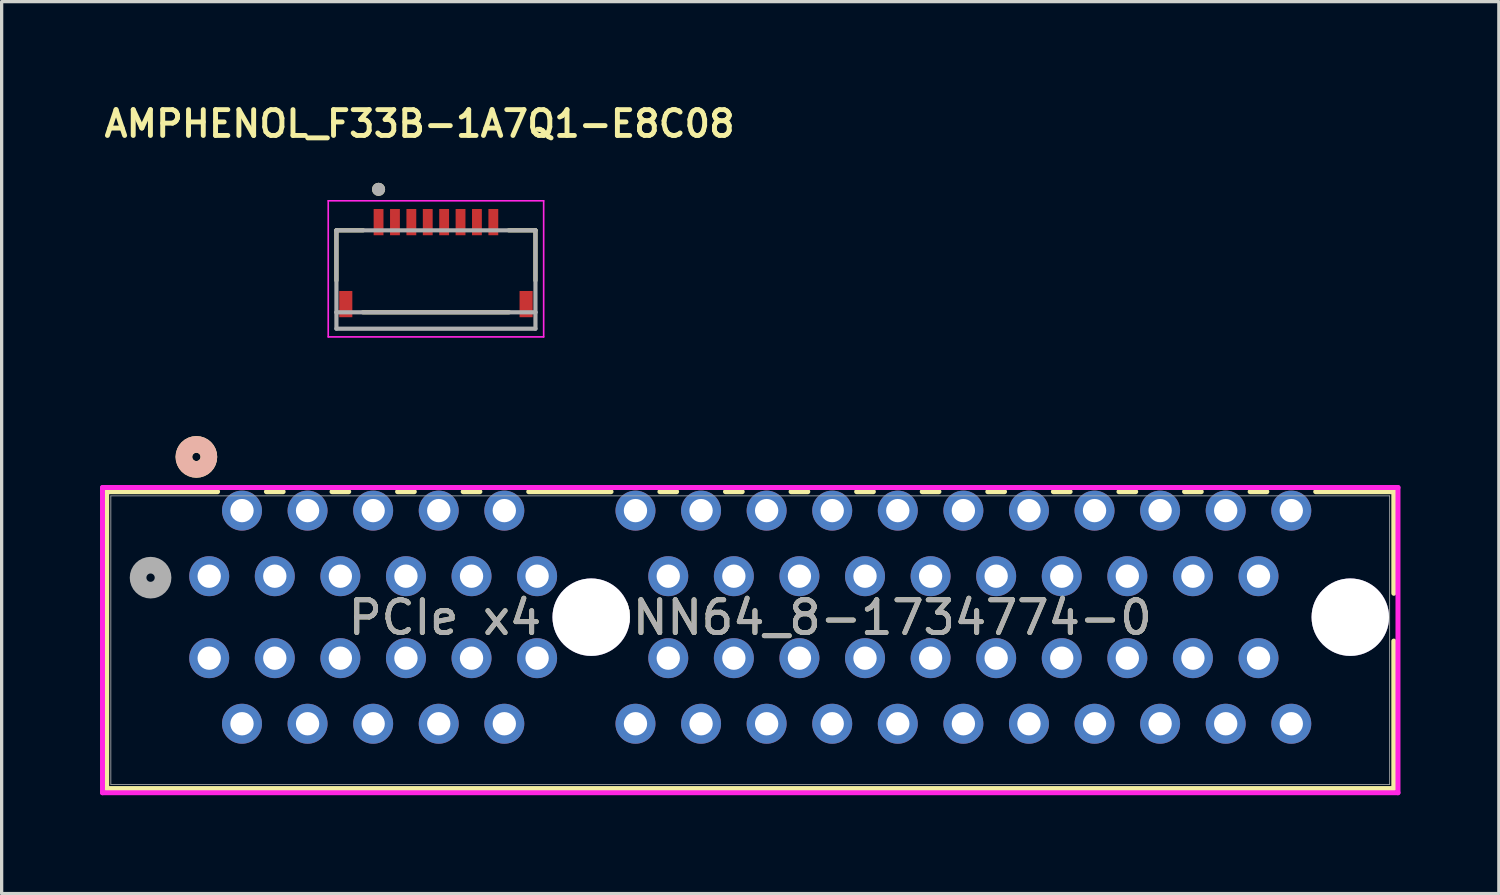
<source format=kicad_pcb>
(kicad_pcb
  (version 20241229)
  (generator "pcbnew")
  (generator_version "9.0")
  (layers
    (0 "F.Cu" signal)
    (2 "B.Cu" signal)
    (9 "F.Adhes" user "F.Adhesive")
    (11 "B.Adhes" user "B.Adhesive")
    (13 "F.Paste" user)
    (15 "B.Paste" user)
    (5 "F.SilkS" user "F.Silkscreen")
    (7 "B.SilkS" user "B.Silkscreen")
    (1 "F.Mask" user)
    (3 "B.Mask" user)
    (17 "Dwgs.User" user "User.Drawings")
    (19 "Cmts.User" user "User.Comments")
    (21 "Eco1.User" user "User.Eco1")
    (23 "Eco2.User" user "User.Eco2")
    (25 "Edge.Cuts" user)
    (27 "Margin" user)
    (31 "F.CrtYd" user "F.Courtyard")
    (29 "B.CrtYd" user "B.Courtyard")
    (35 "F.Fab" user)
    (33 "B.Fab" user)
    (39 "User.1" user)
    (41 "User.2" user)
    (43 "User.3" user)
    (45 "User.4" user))
  (footprint "PCIe x4 CONN64_8-1734774-0"
    (layer "F.Cu")
    (at 3.33 14.522)
    (property "Reference" "PCIe x4 CONN64_8-1734774-0" (at 16.5 1.264 0) (unlocked yes) (layer "F.SilkS") (effects (font (size 1 1) (thickness 0.15))))
    (attr through_hole)
    (fp_line (start -3.127 -2.577) (end 0.255 -2.577) (stroke (width 0.152) (type solid)) (layer "F.SilkS"))
    (fp_line (start -3.127 6.477) (end -3.127 -2.577) (stroke (width 0.152) (type solid)) (layer "F.SilkS"))
    (fp_line (start 1.745 -2.577) (end 2.255 -2.577) (stroke (width 0.152) (type solid)) (layer "F.SilkS"))
    (fp_line (start 3.745 -2.577) (end 4.255 -2.577) (stroke (width 0.152) (type solid)) (layer "F.SilkS"))
    (fp_line (start 5.745 -2.577) (end 6.255 -2.577) (stroke (width 0.152) (type solid)) (layer "F.SilkS"))
    (fp_line (start 7.745 -2.577) (end 8.255 -2.577) (stroke (width 0.152) (type solid)) (layer "F.SilkS"))
    (fp_line (start 9.745 -2.577) (end 12.255 -2.577) (stroke (width 0.152) (type solid)) (layer "F.SilkS"))
    (fp_line (start 13.745 -2.577) (end 14.255 -2.577) (stroke (width 0.152) (type solid)) (layer "F.SilkS"))
    (fp_line (start 15.745 -2.577) (end 16.255 -2.577) (stroke (width 0.152) (type solid)) (layer "F.SilkS"))
    (fp_line (start 17.745 -2.577) (end 18.255 -2.577) (stroke (width 0.152) (type solid)) (layer "F.SilkS"))
    (fp_line (start 19.745 -2.577) (end 20.255 -2.577) (stroke (width 0.152) (type solid)) (layer "F.SilkS"))
    (fp_line (start 21.745 -2.577) (end 22.255 -2.577) (stroke (width 0.152) (type solid)) (layer "F.SilkS"))
    (fp_line (start 23.745 -2.577) (end 24.255 -2.577) (stroke (width 0.152) (type solid)) (layer "F.SilkS"))
    (fp_line (start 25.745 -2.577) (end 26.255 -2.577) (stroke (width 0.152) (type solid)) (layer "F.SilkS"))
    (fp_line (start 27.745 -2.577) (end 28.255 -2.577) (stroke (width 0.152) (type solid)) (layer "F.SilkS"))
    (fp_line (start 29.745 -2.577) (end 30.255 -2.577) (stroke (width 0.152) (type solid)) (layer "F.SilkS"))
    (fp_line (start 31.745 -2.577) (end 32.255 -2.577) (stroke (width 0.152) (type solid)) (layer "F.SilkS"))
    (fp_line (start 33.745 -2.577) (end 36.127 -2.577) (stroke (width 0.152) (type solid)) (layer "F.SilkS"))
    (fp_line (start 36.127 -2.577) (end 36.127 0.521) (stroke (width 0.152) (type solid)) (layer "F.SilkS"))
    (fp_line (start 36.127 1.979) (end 36.127 6.477) (stroke (width 0.152) (type solid)) (layer "F.SilkS"))
    (fp_line (start 36.127 6.477) (end -3.127 6.477) (stroke (width 0.152) (type solid)) (layer "F.SilkS"))
    (fp_circle (center -0.391 -3.638) (end -0.01 -3.638) (stroke (width 0.508) (type solid)) (fill no) (layer "F.SilkS"))
    (fp_circle (center -0.391 -3.638) (end -0.01 -3.638) (stroke (width 0.508) (type solid)) (fill no) (layer "B.SilkS"))
    (fp_line (start -3.254 -2.704) (end -3.254 6.604) (stroke (width 0.152) (type solid)) (layer "F.CrtYd"))
    (fp_line (start -3.254 6.604) (end 36.254 6.604) (stroke (width 0.152) (type solid)) (layer "F.CrtYd"))
    (fp_line (start 36.254 -2.704) (end -3.254 -2.704) (stroke (width 0.152) (type solid)) (layer "F.CrtYd"))
    (fp_line (start 36.254 6.604) (end 36.254 -2.704) (stroke (width 0.152) (type solid)) (layer "F.CrtYd"))
    (fp_line (start -3 -2.45) (end -3 6.35) (stroke (width 0.025) (type solid)) (layer "F.Fab"))
    (fp_line (start -3 6.35) (end 36 6.35) (stroke (width 0.025) (type solid)) (layer "F.Fab"))
    (fp_line (start 36 -2.45) (end -3 -2.45) (stroke (width 0.025) (type solid)) (layer "F.Fab"))
    (fp_line (start 36 6.35) (end 36 -2.45) (stroke (width 0.025) (type solid)) (layer "F.Fab"))
    (fp_circle (center -1.788 0.045) (end -1.407 0.045) (stroke (width 0.508) (type solid)) (fill no) (layer "F.Fab"))
    (fp_text user "${REFERENCE}" (at 16.5 1.264 0) (unlocked yes) (layer "F.Fab") (effects (font (size 1 1) (thickness 0.15))))
    (pad "65" thru_hole circle (at 11.65 1.25) (size 2.362 2.362) (drill 2.362) (layers "*.Cu" "*.Mask"))
    (pad "66" thru_hole circle (at 34.8 1.25) (size 2.362 2.362) (drill 2.362) (layers "*.Cu" "*.Mask"))
    (pad "A1" thru_hole circle (at 0 0 90) (size 1.219 1.219) (drill 0.711) (layers "*.Cu" "*.Mask"))
    (pad "A2" thru_hole circle (at 1 -2 90) (size 1.219 1.219) (drill 0.711) (layers "*.Cu" "*.Mask"))
    (pad "A3" thru_hole circle (at 2 0 90) (size 1.219 1.219) (drill 0.711) (layers "*.Cu" "*.Mask"))
    (pad "A4" thru_hole circle (at 3 -2 90) (size 1.219 1.219) (drill 0.711) (layers "*.Cu" "*.Mask"))
    (pad "A5" thru_hole circle (at 4 0 90) (size 1.219 1.219) (drill 0.711) (layers "*.Cu" "*.Mask"))
    (pad "A6" thru_hole circle (at 5 -2 90) (size 1.219 1.219) (drill 0.711) (layers "*.Cu" "*.Mask"))
    (pad "A7" thru_hole circle (at 6 0 90) (size 1.219 1.219) (drill 0.711) (layers "*.Cu" "*.Mask"))
    (pad "A8" thru_hole circle (at 7 -2 90) (size 1.219 1.219) (drill 0.711) (layers "*.Cu" "*.Mask"))
    (pad "A9" thru_hole circle (at 8 0 90) (size 1.219 1.219) (drill 0.711) (layers "*.Cu" "*.Mask"))
    (pad "A10" thru_hole circle (at 9 -2 90) (size 1.219 1.219) (drill 0.711) (layers "*.Cu" "*.Mask"))
    (pad "A11" thru_hole circle (at 10 0 90) (size 1.219 1.219) (drill 0.711) (layers "*.Cu" "*.Mask"))
    (pad "A12" thru_hole circle (at 13 -2 90) (size 1.219 1.219) (drill 0.711) (layers "*.Cu" "*.Mask"))
    (pad "A13" thru_hole circle (at 14 0 90) (size 1.219 1.219) (drill 0.711) (layers "*.Cu" "*.Mask"))
    (pad "A14" thru_hole circle (at 15 -2 90) (size 1.219 1.219) (drill 0.711) (layers "*.Cu" "*.Mask"))
    (pad "A15" thru_hole circle (at 16 0 90) (size 1.219 1.219) (drill 0.711) (layers "*.Cu" "*.Mask"))
    (pad "A16" thru_hole circle (at 17 -2 90) (size 1.219 1.219) (drill 0.711) (layers "*.Cu" "*.Mask"))
    (pad "A17" thru_hole circle (at 18 0 90) (size 1.219 1.219) (drill 0.711) (layers "*.Cu" "*.Mask"))
    (pad "A18" thru_hole circle (at 19 -2 90) (size 1.219 1.219) (drill 0.711) (layers "*.Cu" "*.Mask"))
    (pad "A19" thru_hole circle (at 20 0 90) (size 1.219 1.219) (drill 0.711) (layers "*.Cu" "*.Mask"))
    (pad "A20" thru_hole circle (at 21 -2 90) (size 1.219 1.219) (drill 0.711) (layers "*.Cu" "*.Mask"))
    (pad "A21" thru_hole circle (at 22 0 90) (size 1.219 1.219) (drill 0.711) (layers "*.Cu" "*.Mask"))
    (pad "A22" thru_hole circle (at 23 -2 90) (size 1.219 1.219) (drill 0.711) (layers "*.Cu" "*.Mask"))
    (pad "A23" thru_hole circle (at 24 0 90) (size 1.219 1.219) (drill 0.711) (layers "*.Cu" "*.Mask"))
    (pad "A24" thru_hole circle (at 25 -2 90) (size 1.219 1.219) (drill 0.711) (layers "*.Cu" "*.Mask"))
    (pad "A25" thru_hole circle (at 26 0 90) (size 1.219 1.219) (drill 0.711) (layers "*.Cu" "*.Mask"))
    (pad "A26" thru_hole circle (at 27 -2 90) (size 1.219 1.219) (drill 0.711) (layers "*.Cu" "*.Mask"))
    (pad "A27" thru_hole circle (at 28 0 90) (size 1.219 1.219) (drill 0.711) (layers "*.Cu" "*.Mask"))
    (pad "A28" thru_hole circle (at 29 -2 90) (size 1.219 1.219) (drill 0.711) (layers "*.Cu" "*.Mask"))
    (pad "A29" thru_hole circle (at 30 0 90) (size 1.219 1.219) (drill 0.711) (layers "*.Cu" "*.Mask"))
    (pad "A30" thru_hole circle (at 31 -2 90) (size 1.219 1.219) (drill 0.711) (layers "*.Cu" "*.Mask"))
    (pad "A31" thru_hole circle (at 32 0 90) (size 1.219 1.219) (drill 0.711) (layers "*.Cu" "*.Mask"))
    (pad "A32" thru_hole circle (at 33 -2 90) (size 1.219 1.219) (drill 0.711) (layers "*.Cu" "*.Mask"))
    (pad "B1" thru_hole circle (at 0 2.5 90) (size 1.219 1.219) (drill 0.711) (layers "*.Cu" "*.Mask"))
    (pad "B2" thru_hole circle (at 1 4.5 90) (size 1.219 1.219) (drill 0.711) (layers "*.Cu" "*.Mask"))
    (pad "B3" thru_hole circle (at 2 2.5 90) (size 1.219 1.219) (drill 0.711) (layers "*.Cu" "*.Mask"))
    (pad "B4" thru_hole circle (at 3 4.5 90) (size 1.219 1.219) (drill 0.711) (layers "*.Cu" "*.Mask"))
    (pad "B5" thru_hole circle (at 4 2.5 90) (size 1.219 1.219) (drill 0.711) (layers "*.Cu" "*.Mask"))
    (pad "B6" thru_hole circle (at 5 4.5 90) (size 1.219 1.219) (drill 0.711) (layers "*.Cu" "*.Mask"))
    (pad "B7" thru_hole circle (at 6 2.5 90) (size 1.219 1.219) (drill 0.711) (layers "*.Cu" "*.Mask"))
    (pad "B8" thru_hole circle (at 7 4.5 90) (size 1.219 1.219) (drill 0.711) (layers "*.Cu" "*.Mask"))
    (pad "B9" thru_hole circle (at 8 2.5 90) (size 1.219 1.219) (drill 0.711) (layers "*.Cu" "*.Mask"))
    (pad "B10" thru_hole circle (at 9 4.5 90) (size 1.219 1.219) (drill 0.711) (layers "*.Cu" "*.Mask"))
    (pad "B11" thru_hole circle (at 10 2.5 90) (size 1.219 1.219) (drill 0.711) (layers "*.Cu" "*.Mask"))
    (pad "B12" thru_hole circle (at 13 4.5 90) (size 1.219 1.219) (drill 0.711) (layers "*.Cu" "*.Mask"))
    (pad "B13" thru_hole circle (at 14 2.5 90) (size 1.219 1.219) (drill 0.711) (layers "*.Cu" "*.Mask"))
    (pad "B14" thru_hole circle (at 15 4.5 90) (size 1.219 1.219) (drill 0.711) (layers "*.Cu" "*.Mask"))
    (pad "B15" thru_hole circle (at 16 2.5 90) (size 1.219 1.219) (drill 0.711) (layers "*.Cu" "*.Mask"))
    (pad "B16" thru_hole circle (at 17 4.5 90) (size 1.219 1.219) (drill 0.711) (layers "*.Cu" "*.Mask"))
    (pad "B17" thru_hole circle (at 18 2.5 90) (size 1.219 1.219) (drill 0.711) (layers "*.Cu" "*.Mask"))
    (pad "B18" thru_hole circle (at 19 4.5 90) (size 1.219 1.219) (drill 0.711) (layers "*.Cu" "*.Mask"))
    (pad "B19" thru_hole circle (at 20 2.5 90) (size 1.219 1.219) (drill 0.711) (layers "*.Cu" "*.Mask"))
    (pad "B20" thru_hole circle (at 21 4.5 90) (size 1.219 1.219) (drill 0.711) (layers "*.Cu" "*.Mask"))
    (pad "B21" thru_hole circle (at 22 2.5 90) (size 1.219 1.219) (drill 0.711) (layers "*.Cu" "*.Mask"))
    (pad "B22" thru_hole circle (at 23 4.5 90) (size 1.219 1.219) (drill 0.711) (layers "*.Cu" "*.Mask"))
    (pad "B23" thru_hole circle (at 24 2.5 90) (size 1.219 1.219) (drill 0.711) (layers "*.Cu" "*.Mask"))
    (pad "B24" thru_hole circle (at 25 4.5 90) (size 1.219 1.219) (drill 0.711) (layers "*.Cu" "*.Mask"))
    (pad "B25" thru_hole circle (at 26 2.5 90) (size 1.219 1.219) (drill 0.711) (layers "*.Cu" "*.Mask"))
    (pad "B26" thru_hole circle (at 27 4.5 90) (size 1.219 1.219) (drill 0.711) (layers "*.Cu" "*.Mask"))
    (pad "B27" thru_hole circle (at 28 2.5 90) (size 1.219 1.219) (drill 0.711) (layers "*.Cu" "*.Mask"))
    (pad "B28" thru_hole circle (at 29 4.5 90) (size 1.219 1.219) (drill 0.711) (layers "*.Cu" "*.Mask"))
    (pad "B29" thru_hole circle (at 30 2.5 90) (size 1.219 1.219) (drill 0.711) (layers "*.Cu" "*.Mask"))
    (pad "B30" thru_hole circle (at 31 4.5 90) (size 1.219 1.219) (drill 0.711) (layers "*.Cu" "*.Mask"))
    (pad "B31" thru_hole circle (at 32 2.5 90) (size 1.219 1.219) (drill 0.711) (layers "*.Cu" "*.Mask"))
    (pad "B32" thru_hole circle (at 33 4.5 90) (size 1.219 1.219) (drill 0.711) (layers "*.Cu" "*.Mask")))
  (footprint "AMPHENOL_F33B-1A7Q1-E8C08"
    (layer "F.Cu")
    (at 10.245 5.474)
    (property "Reference" "AMPHENOL_F33B-1A7Q1-E8C08" (at -0.5 -4.75 0) (layer "F.SilkS") (effects (font (size 0.787 0.787) (thickness 0.15))))
    (attr smd)
    (fp_line (start -3.035 -1.5) (end -2.22 -1.5) (stroke (width 0.127) (type solid)) (layer "F.SilkS"))
    (fp_line (start -3.035 0.03) (end -3.035 -1.5) (stroke (width 0.127) (type solid)) (layer "F.SilkS"))
    (fp_line (start 2.22 -1.5) (end 3.035 -1.5) (stroke (width 0.127) (type solid)) (layer "F.SilkS"))
    (fp_line (start 2.23 1) (end -2.23 1) (stroke (width 0.127) (type solid)) (layer "F.SilkS"))
    (fp_line (start 3.035 -1.5) (end 3.035 0.03) (stroke (width 0.127) (type solid)) (layer "F.SilkS"))
    (fp_circle (center -1.75 -2.75) (end -1.65 -2.75) (stroke (width 0.2) (type solid)) (fill no) (layer "F.SilkS"))
    (fp_line (start -3.285 -2.4) (end -3.285 1.75) (stroke (width 0.05) (type solid)) (layer "F.CrtYd"))
    (fp_line (start -3.285 1.75) (end 3.285 1.75) (stroke (width 0.05) (type solid)) (layer "F.CrtYd"))
    (fp_line (start 3.285 -2.4) (end -3.285 -2.4) (stroke (width 0.05) (type solid)) (layer "F.CrtYd"))
    (fp_line (start 3.285 1.75) (end 3.285 -2.4) (stroke (width 0.05) (type solid)) (layer "F.CrtYd"))
    (fp_line (start -3.035 -1.5) (end 3.035 -1.5) (stroke (width 0.127) (type solid)) (layer "F.Fab"))
    (fp_line (start -3.035 1) (end -3.035 -1.5) (stroke (width 0.127) (type solid)) (layer "F.Fab"))
    (fp_line (start -3.035 1) (end 3.035 1) (stroke (width 0.127) (type solid)) (layer "F.Fab"))
    (fp_line (start -3.035 1.5) (end -3.035 1) (stroke (width 0.127) (type solid)) (layer "F.Fab"))
    (fp_line (start 3.035 -1.5) (end 3.035 1) (stroke (width 0.127) (type solid)) (layer "F.Fab"))
    (fp_line (start 3.035 1) (end 3.035 1.5) (stroke (width 0.127) (type solid)) (layer "F.Fab"))
    (fp_line (start 3.035 1.5) (end -3.035 1.5) (stroke (width 0.127) (type solid)) (layer "F.Fab"))
    (fp_circle (center -1.75 -2.75) (end -1.65 -2.75) (stroke (width 0.2) (type solid)) (fill no) (layer "F.Fab"))
    (pad "1" smd rect (at -1.75 -1.75) (size 0.3 0.8) (layers "F.Cu" "F.Mask" "F.Paste"))
    (pad "2" smd rect (at -1.25 -1.75) (size 0.3 0.8) (layers "F.Cu" "F.Mask" "F.Paste"))
    (pad "3" smd rect (at -0.75 -1.75) (size 0.3 0.8) (layers "F.Cu" "F.Mask" "F.Paste"))
    (pad "4" smd rect (at -0.25 -1.75) (size 0.3 0.8) (layers "F.Cu" "F.Mask" "F.Paste"))
    (pad "5" smd rect (at 0.25 -1.75) (size 0.3 0.8) (layers "F.Cu" "F.Mask" "F.Paste"))
    (pad "6" smd rect (at 0.75 -1.75) (size 0.3 0.8) (layers "F.Cu" "F.Mask" "F.Paste"))
    (pad "7" smd rect (at 1.25 -1.75) (size 0.3 0.8) (layers "F.Cu" "F.Mask" "F.Paste"))
    (pad "8" smd rect (at 1.75 -1.75) (size 0.3 0.8) (layers "F.Cu" "F.Mask" "F.Paste"))
    (pad "SH1" smd rect (at -2.75 0.75) (size 0.4 0.8) (layers "F.Cu" "F.Mask" "F.Paste"))
    (pad "SH2" smd rect (at 2.75 0.75) (size 0.4 0.8) (layers "F.Cu" "F.Mask" "F.Paste")))
  (gr_rect
    (start -3 -3)
    (end 42.66 24.202)
    (stroke (width 0.1) (type default))
    (fill no)
    (layer "Edge.Cuts")))
</source>
